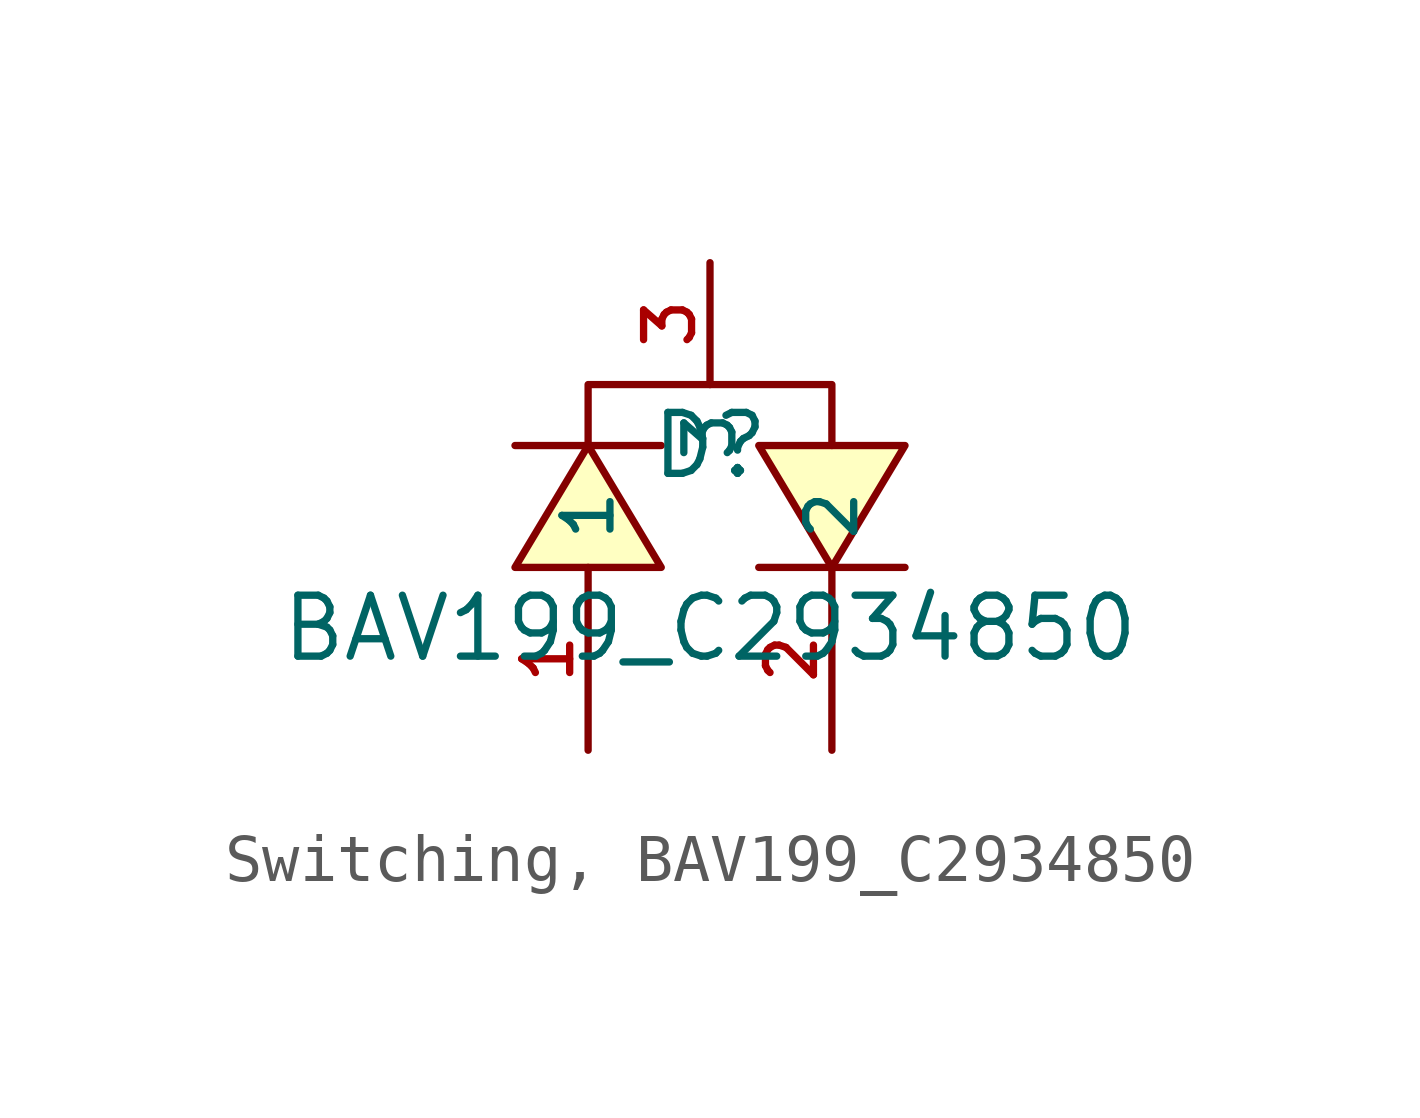
<source format=kicad_sym>
(kicad_symbol_lib
  (version 20231120)
  (generator "CDFER_Archive_Tool")
  (generator_version "0.0")
  (symbol "Switching, BAV199_C2934850"
    (property "Reference" "D"
      (at 0 1.27 0)
      (effects (font (size 1.27 1.27))))
    (property "Value" "BAV199_C2934850"
      (at 0 -2.54 0)
      (effects (font (size 1.27 1.27))))
    (symbol "Switching, BAV199_C2934850_0_1"
      (polyline (pts (xy -4.064 -1.27) (xy -2.54 1.27) (xy -1.016 -1.27) (xy -4.064 -1.27)) (stroke (width 0) (type default)) (fill (type background)))
      (polyline (pts (xy -2.54 1.27) (xy -2.54 2.54) (xy 2.54 2.54) (xy 2.54 1.27)) (stroke (width 0) (type default)) (fill (type none)))
      (polyline (pts (xy -1.016 1.27) (xy -1.524 1.27) (xy -3.556 1.27) (xy -4.064 1.27)) (stroke (width 0) (type default)) (fill (type none)))
      (polyline (pts (xy 1.016 1.27) (xy 2.54 -1.27) (xy 4.064 1.27) (xy 1.016 1.27)) (stroke (width 0) (type default)) (fill (type background)))
      (polyline (pts (xy 4.064 -1.27) (xy 3.556 -1.27) (xy 1.524 -1.27) (xy 1.016 -1.27)) (stroke (width 0) (type default)) (fill (type none)))
      (pin unspecified line (at -2.54 -5.08 90) (length 3.81) (name "1" (effects (font (size 1 1)))) (number "1" (effects (font (size 1 1)))))
      (pin unspecified line (at 2.54 -5.08 90) (length 3.81) (name "2" (effects (font (size 1 1)))) (number "2" (effects (font (size 1 1)))))
      (pin unspecified line (at 0 5.08 270) (length 2.54) (name "3" (effects (font (size 1 1)))) (number "3" (effects (font (size 1 1))))))))
</source>
